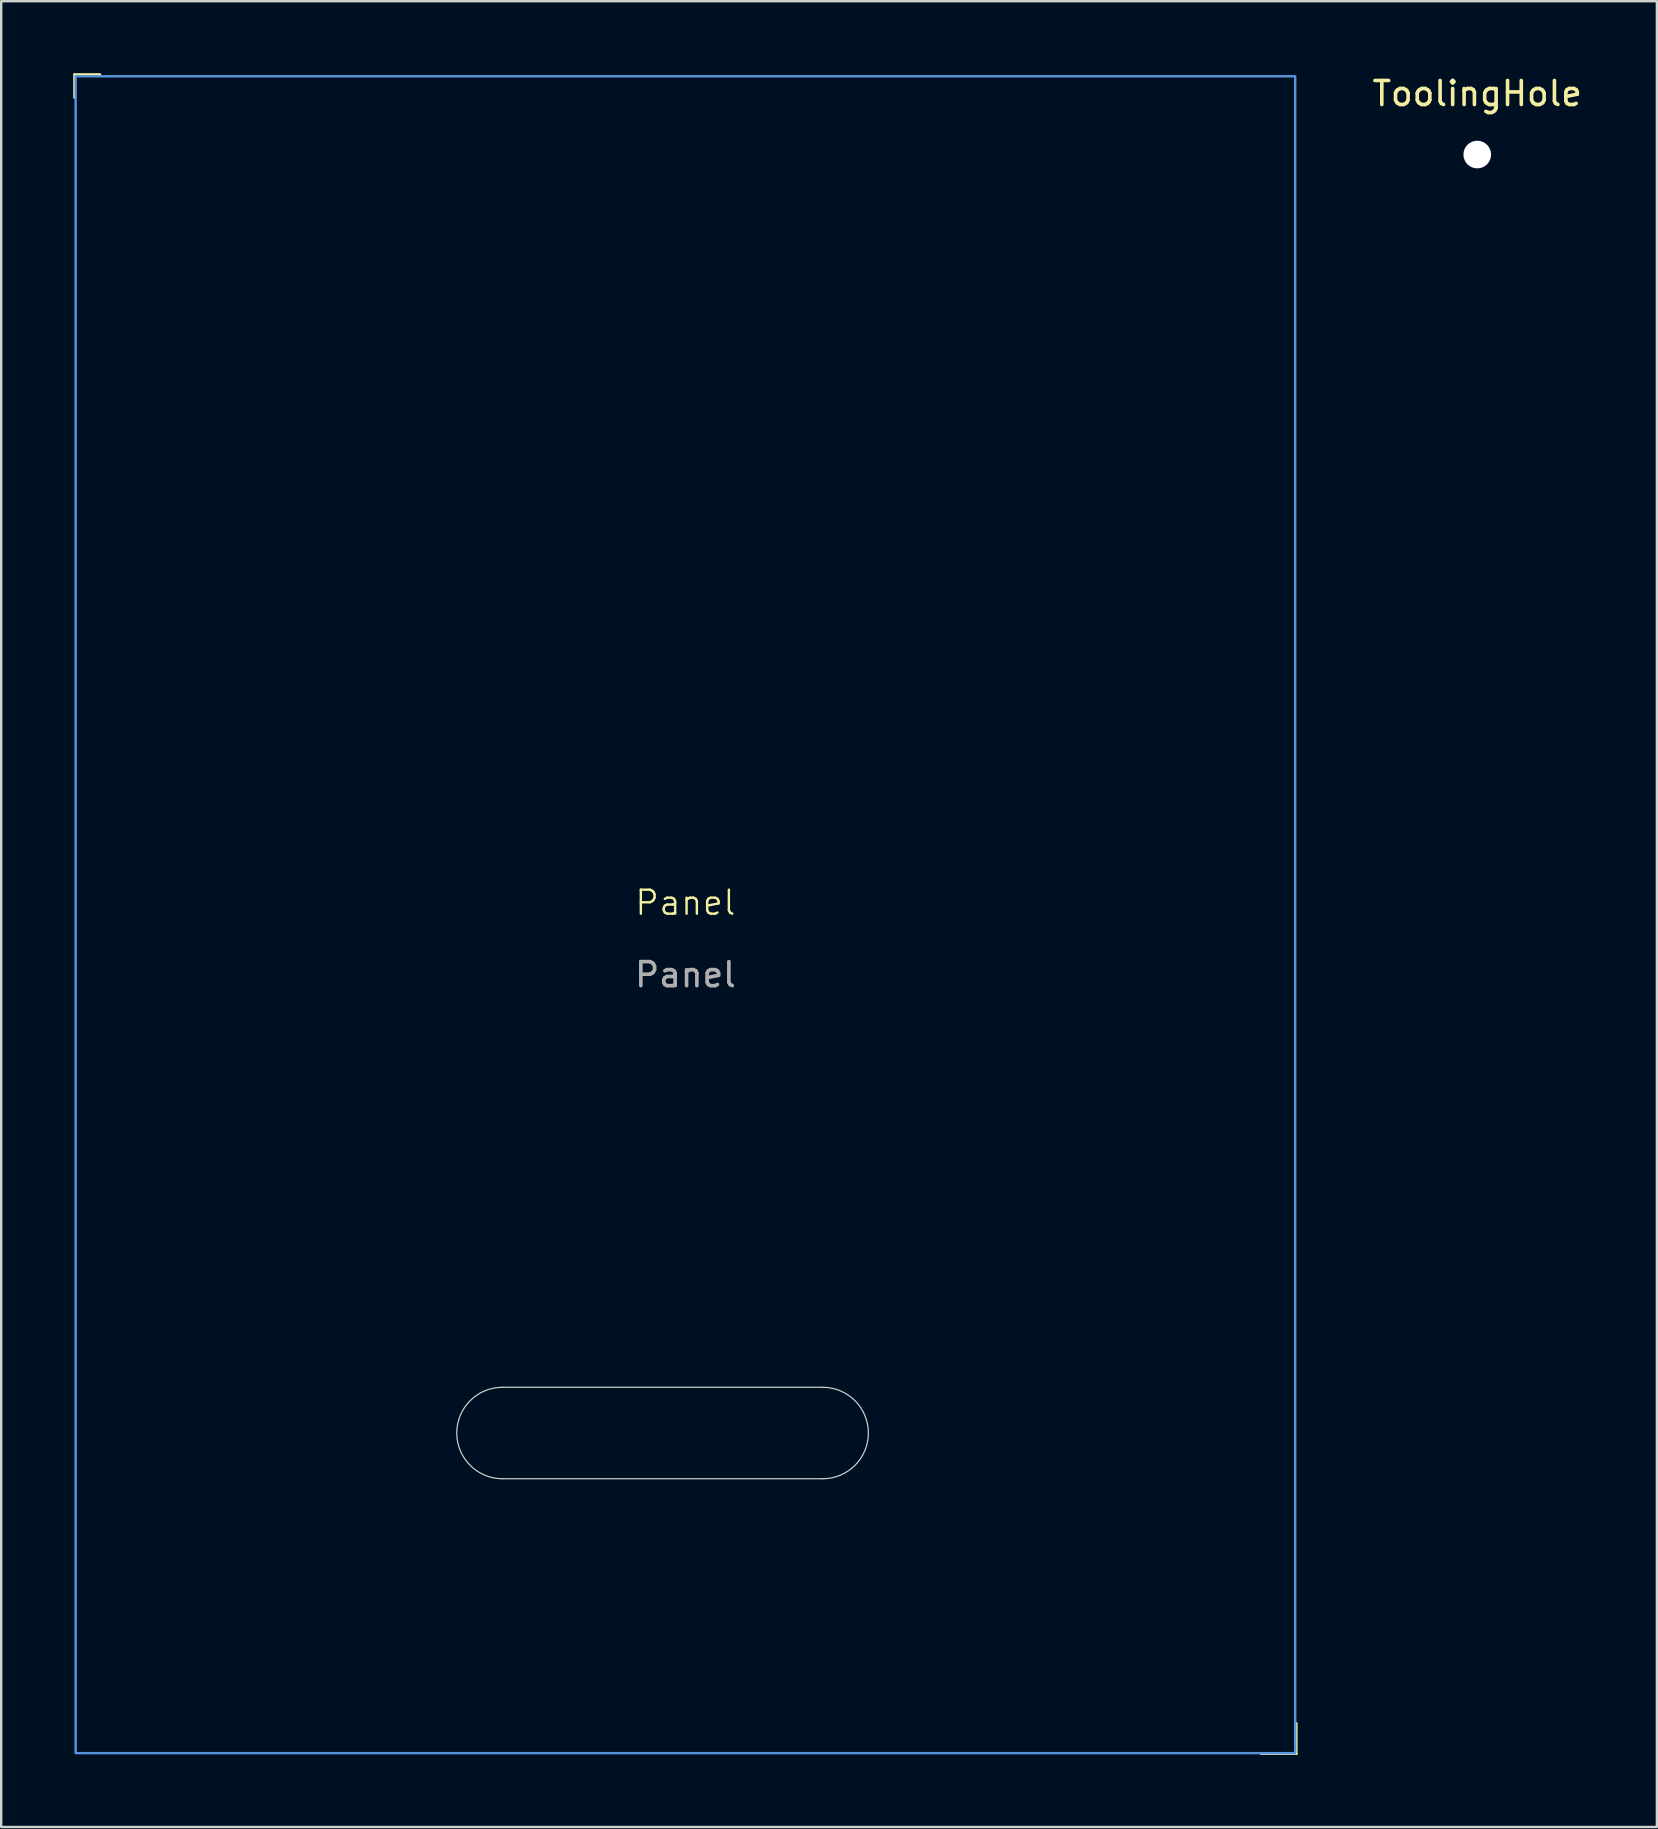
<source format=kicad_pcb>
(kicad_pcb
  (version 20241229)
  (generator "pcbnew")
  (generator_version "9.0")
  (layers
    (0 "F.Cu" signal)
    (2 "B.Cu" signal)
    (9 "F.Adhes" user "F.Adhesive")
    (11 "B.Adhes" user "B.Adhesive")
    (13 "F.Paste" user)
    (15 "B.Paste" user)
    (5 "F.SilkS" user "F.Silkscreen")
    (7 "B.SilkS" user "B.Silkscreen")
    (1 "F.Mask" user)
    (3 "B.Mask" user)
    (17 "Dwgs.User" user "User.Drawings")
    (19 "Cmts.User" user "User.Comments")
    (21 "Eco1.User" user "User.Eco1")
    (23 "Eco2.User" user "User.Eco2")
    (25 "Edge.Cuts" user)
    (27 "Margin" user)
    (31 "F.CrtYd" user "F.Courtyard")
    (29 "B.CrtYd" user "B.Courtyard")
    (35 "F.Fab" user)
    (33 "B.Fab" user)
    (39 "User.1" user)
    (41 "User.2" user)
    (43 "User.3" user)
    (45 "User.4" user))
  (footprint "ToolingHole"
    (layer "F.Cu")
    (at 58.484 3.388)
    (property "Reference" "ToolingHole" (at 0 -2.54 0) (unlocked yes) (layer "F.SilkS") (effects (font (size 1 1) (thickness 0.15))))
    (attr through_hole)
    (pad "" np_thru_hole circle (at 0 0) (size 1.152 1.152) (drill 1.152) (layers "*.Cu" "*.Mask")))
  (footprint "Panel"
    (layer "F.Cu")
    (at 25.501 35.051)
    (property "Reference" "Panel" (at 0 -0.5 0) (unlocked yes) (layer "F.SilkS") (effects (font (size 1 1) (thickness 0.1))))
    (attr smd)
    (fp_line (start -25.451 -35.001) (end -25.451 -34.036) (stroke (width 0.1) (type default)) (layer "F.SilkS"))
    (fp_line (start -24.384 -35.001) (end -25.451 -35.001) (stroke (width 0.1) (type default)) (layer "F.SilkS"))
    (fp_line (start 25.451 34.95) (end 23.978 34.95) (stroke (width 0.1) (type default)) (layer "F.SilkS"))
    (fp_line (start 25.451 34.95) (end 25.451 33.68) (stroke (width 0.1) (type default)) (layer "F.SilkS"))
    (fp_rect (start -25.4 -34.925) (end 25.4 34.925) (stroke (width 0.1) (type default)) (fill no) (layer "Cmts.User"))
    (fp_line (start -7.62 23.495) (end 5.715 23.495) (stroke (width 0.05) (type default)) (layer "Edge.Cuts"))
    (fp_line (start 5.715 19.685) (end -7.62 19.685) (stroke (width 0.05) (type default)) (layer "Edge.Cuts"))
    (fp_arc (start -7.62 23.495) (mid -9.525 21.59) (end -7.62 19.685) (stroke (width 0.05) (type default)) (layer "Edge.Cuts"))
    (fp_arc (start 5.715 19.685) (mid 7.62 21.59) (end 5.715 23.495) (stroke (width 0.05) (type default)) (layer "Edge.Cuts"))
    (fp_text user "${REFERENCE}" (at 0 2.5 0) (unlocked yes) (layer "F.Fab") (effects (font (size 1 1) (thickness 0.15)))))
  (gr_rect
    (start -3 -3)
    (end 65.966 73.052)
    (stroke (width 0.1) (type default))
    (fill no)
    (layer "Edge.Cuts")))
</source>
